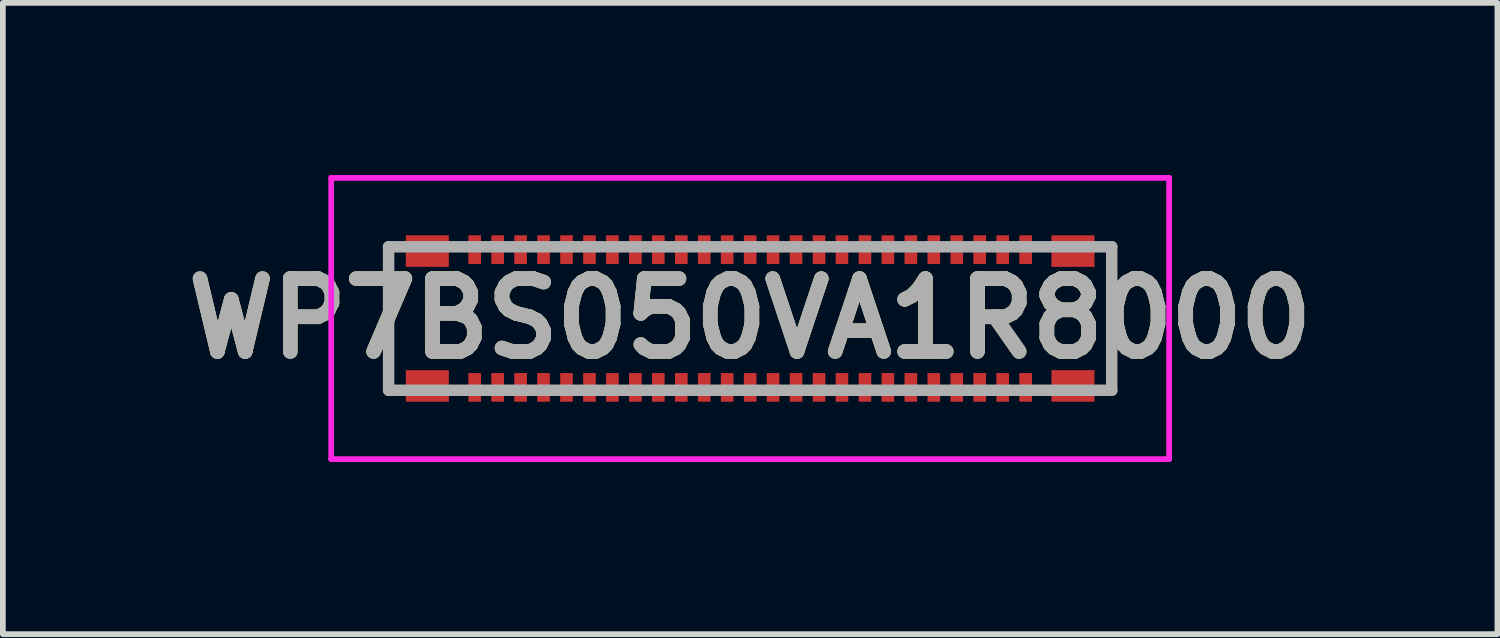
<source format=kicad_pcb>
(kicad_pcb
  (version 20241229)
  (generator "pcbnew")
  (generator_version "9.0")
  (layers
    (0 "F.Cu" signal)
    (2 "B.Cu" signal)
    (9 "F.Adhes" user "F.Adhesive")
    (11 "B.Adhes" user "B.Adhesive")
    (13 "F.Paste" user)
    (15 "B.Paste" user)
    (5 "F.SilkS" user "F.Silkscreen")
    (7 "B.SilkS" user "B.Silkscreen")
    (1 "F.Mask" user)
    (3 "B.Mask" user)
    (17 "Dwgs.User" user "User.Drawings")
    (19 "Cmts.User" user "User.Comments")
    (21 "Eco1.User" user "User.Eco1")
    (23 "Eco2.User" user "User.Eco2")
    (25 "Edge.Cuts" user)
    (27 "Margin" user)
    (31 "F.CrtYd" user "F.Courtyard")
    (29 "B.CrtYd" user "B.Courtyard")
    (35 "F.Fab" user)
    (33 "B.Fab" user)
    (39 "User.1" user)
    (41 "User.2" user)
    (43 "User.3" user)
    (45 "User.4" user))
  (footprint "WP7BS050VA1R8000"
    (layer "F.Cu")
    (at 10.021 2.5)
    (property "Reference" "WP7BS050VA1R8000" (at 0 0 0) (layer "F.SilkS") (effects (font (size 1.27 1.27) (thickness 0.254))))
    (attr smd)
    (fp_line (start -6.3 -1.2) (end -6.3 1.175) (stroke (width 0.1) (type solid)) (layer "F.SilkS"))
    (fp_line (start 6.3 -1.175) (end 6.3 1.25) (stroke (width 0.1) (type solid)) (layer "F.SilkS"))
    (fp_line (start -7.3 -2.45) (end 7.3 -2.45) (stroke (width 0.1) (type solid)) (layer "F.CrtYd"))
    (fp_line (start -7.3 2.45) (end -7.3 -2.45) (stroke (width 0.1) (type solid)) (layer "F.CrtYd"))
    (fp_line (start 7.3 -2.45) (end 7.3 2.45) (stroke (width 0.1) (type solid)) (layer "F.CrtYd"))
    (fp_line (start 7.3 2.45) (end -7.3 2.45) (stroke (width 0.1) (type solid)) (layer "F.CrtYd"))
    (fp_line (start -6.3 -1.25) (end 6.3 -1.25) (stroke (width 0.2) (type solid)) (layer "F.Fab"))
    (fp_line (start -6.3 1.25) (end -6.3 -1.25) (stroke (width 0.2) (type solid)) (layer "F.Fab"))
    (fp_line (start 6.3 -1.25) (end 6.3 1.25) (stroke (width 0.2) (type solid)) (layer "F.Fab"))
    (fp_line (start 6.3 1.25) (end -6.3 1.25) (stroke (width 0.2) (type solid)) (layer "F.Fab"))
    (fp_text user "${REFERENCE}" (at 0 0 0) (layer "F.Fab") (effects (font (size 1.27 1.27) (thickness 0.254))))
    (pad "1" smd rect (at -4.8 1.2) (size 0.22 0.5) (layers "F.Cu" "F.Mask" "F.Paste"))
    (pad "2" smd rect (at -4.8 -1.2) (size 0.22 0.5) (layers "F.Cu" "F.Mask" "F.Paste"))
    (pad "3" smd rect (at -4.4 1.2) (size 0.22 0.5) (layers "F.Cu" "F.Mask" "F.Paste"))
    (pad "4" smd rect (at -4.4 -1.2) (size 0.22 0.5) (layers "F.Cu" "F.Mask" "F.Paste"))
    (pad "5" smd rect (at -4 1.2) (size 0.22 0.5) (layers "F.Cu" "F.Mask" "F.Paste"))
    (pad "6" smd rect (at -4 -1.2) (size 0.22 0.5) (layers "F.Cu" "F.Mask" "F.Paste"))
    (pad "7" smd rect (at -3.6 1.2) (size 0.22 0.5) (layers "F.Cu" "F.Mask" "F.Paste"))
    (pad "8" smd rect (at -3.6 -1.2) (size 0.22 0.5) (layers "F.Cu" "F.Mask" "F.Paste"))
    (pad "9" smd rect (at -3.2 1.2) (size 0.22 0.5) (layers "F.Cu" "F.Mask" "F.Paste"))
    (pad "10" smd rect (at -3.2 -1.2) (size 0.22 0.5) (layers "F.Cu" "F.Mask" "F.Paste"))
    (pad "11" smd rect (at -2.8 1.2) (size 0.22 0.5) (layers "F.Cu" "F.Mask" "F.Paste"))
    (pad "12" smd rect (at -2.8 -1.2) (size 0.22 0.5) (layers "F.Cu" "F.Mask" "F.Paste"))
    (pad "13" smd rect (at -2.4 1.2) (size 0.22 0.5) (layers "F.Cu" "F.Mask" "F.Paste"))
    (pad "14" smd rect (at -2.4 -1.2) (size 0.22 0.5) (layers "F.Cu" "F.Mask" "F.Paste"))
    (pad "15" smd rect (at -2 1.2) (size 0.22 0.5) (layers "F.Cu" "F.Mask" "F.Paste"))
    (pad "16" smd rect (at -2 -1.2) (size 0.22 0.5) (layers "F.Cu" "F.Mask" "F.Paste"))
    (pad "17" smd rect (at -1.6 1.2) (size 0.22 0.5) (layers "F.Cu" "F.Mask" "F.Paste"))
    (pad "18" smd rect (at -1.6 -1.2) (size 0.22 0.5) (layers "F.Cu" "F.Mask" "F.Paste"))
    (pad "19" smd rect (at -1.2 1.2) (size 0.22 0.5) (layers "F.Cu" "F.Mask" "F.Paste"))
    (pad "20" smd rect (at -1.2 -1.2) (size 0.22 0.5) (layers "F.Cu" "F.Mask" "F.Paste"))
    (pad "21" smd rect (at -0.8 1.2) (size 0.22 0.5) (layers "F.Cu" "F.Mask" "F.Paste"))
    (pad "22" smd rect (at -0.8 -1.2) (size 0.22 0.5) (layers "F.Cu" "F.Mask" "F.Paste"))
    (pad "23" smd rect (at -0.4 1.2) (size 0.22 0.5) (layers "F.Cu" "F.Mask" "F.Paste"))
    (pad "24" smd rect (at -0.4 -1.2) (size 0.22 0.5) (layers "F.Cu" "F.Mask" "F.Paste"))
    (pad "25" smd rect (at 0 1.2) (size 0.22 0.5) (layers "F.Cu" "F.Mask" "F.Paste"))
    (pad "26" smd rect (at 0 -1.2) (size 0.22 0.5) (layers "F.Cu" "F.Mask" "F.Paste"))
    (pad "27" smd rect (at 0.4 1.2) (size 0.22 0.5) (layers "F.Cu" "F.Mask" "F.Paste"))
    (pad "28" smd rect (at 0.4 -1.2) (size 0.22 0.5) (layers "F.Cu" "F.Mask" "F.Paste"))
    (pad "29" smd rect (at 0.8 1.2) (size 0.22 0.5) (layers "F.Cu" "F.Mask" "F.Paste"))
    (pad "30" smd rect (at 0.8 -1.2) (size 0.22 0.5) (layers "F.Cu" "F.Mask" "F.Paste"))
    (pad "31" smd rect (at 1.2 1.2) (size 0.22 0.5) (layers "F.Cu" "F.Mask" "F.Paste"))
    (pad "32" smd rect (at 1.2 -1.2) (size 0.22 0.5) (layers "F.Cu" "F.Mask" "F.Paste"))
    (pad "33" smd rect (at 1.6 1.2) (size 0.22 0.5) (layers "F.Cu" "F.Mask" "F.Paste"))
    (pad "34" smd rect (at 1.6 -1.2) (size 0.22 0.5) (layers "F.Cu" "F.Mask" "F.Paste"))
    (pad "35" smd rect (at 2 1.2) (size 0.22 0.5) (layers "F.Cu" "F.Mask" "F.Paste"))
    (pad "36" smd rect (at 2 -1.2) (size 0.22 0.5) (layers "F.Cu" "F.Mask" "F.Paste"))
    (pad "37" smd rect (at 2.4 1.2) (size 0.22 0.5) (layers "F.Cu" "F.Mask" "F.Paste"))
    (pad "38" smd rect (at 2.4 -1.2) (size 0.22 0.5) (layers "F.Cu" "F.Mask" "F.Paste"))
    (pad "39" smd rect (at 2.8 1.2) (size 0.22 0.5) (layers "F.Cu" "F.Mask" "F.Paste"))
    (pad "40" smd rect (at 2.8 -1.2) (size 0.22 0.5) (layers "F.Cu" "F.Mask" "F.Paste"))
    (pad "41" smd rect (at 3.2 1.2) (size 0.22 0.5) (layers "F.Cu" "F.Mask" "F.Paste"))
    (pad "42" smd rect (at 3.2 -1.2) (size 0.22 0.5) (layers "F.Cu" "F.Mask" "F.Paste"))
    (pad "43" smd rect (at 3.6 1.2) (size 0.22 0.5) (layers "F.Cu" "F.Mask" "F.Paste"))
    (pad "44" smd rect (at 3.6 -1.2) (size 0.22 0.5) (layers "F.Cu" "F.Mask" "F.Paste"))
    (pad "45" smd rect (at 4 1.2) (size 0.22 0.5) (layers "F.Cu" "F.Mask" "F.Paste"))
    (pad "46" smd rect (at 4 -1.2) (size 0.22 0.5) (layers "F.Cu" "F.Mask" "F.Paste"))
    (pad "47" smd rect (at 4.4 1.2) (size 0.22 0.5) (layers "F.Cu" "F.Mask" "F.Paste"))
    (pad "48" smd rect (at 4.4 -1.2) (size 0.22 0.5) (layers "F.Cu" "F.Mask" "F.Paste"))
    (pad "49" smd rect (at 4.8 1.2) (size 0.22 0.5) (layers "F.Cu" "F.Mask" "F.Paste"))
    (pad "50" smd rect (at 4.8 -1.2) (size 0.22 0.5) (layers "F.Cu" "F.Mask" "F.Paste"))
    (pad "MP1" smd rect (at -5.625 1.175 90) (size 0.55 0.75) (layers "F.Cu" "F.Mask" "F.Paste"))
    (pad "MP2" smd rect (at -5.625 -1.175 90) (size 0.55 0.75) (layers "F.Cu" "F.Mask" "F.Paste"))
    (pad "MP3" smd rect (at 5.625 1.175 90) (size 0.55 0.75) (layers "F.Cu" "F.Mask" "F.Paste"))
    (pad "MP4" smd rect (at 5.625 -1.175 90) (size 0.55 0.75) (layers "F.Cu" "F.Mask" "F.Paste")))
  (gr_rect
    (start -3 -3)
    (end 23.042 8)
    (stroke (width 0.1) (type default))
    (fill no)
    (layer "Edge.Cuts")))
</source>
